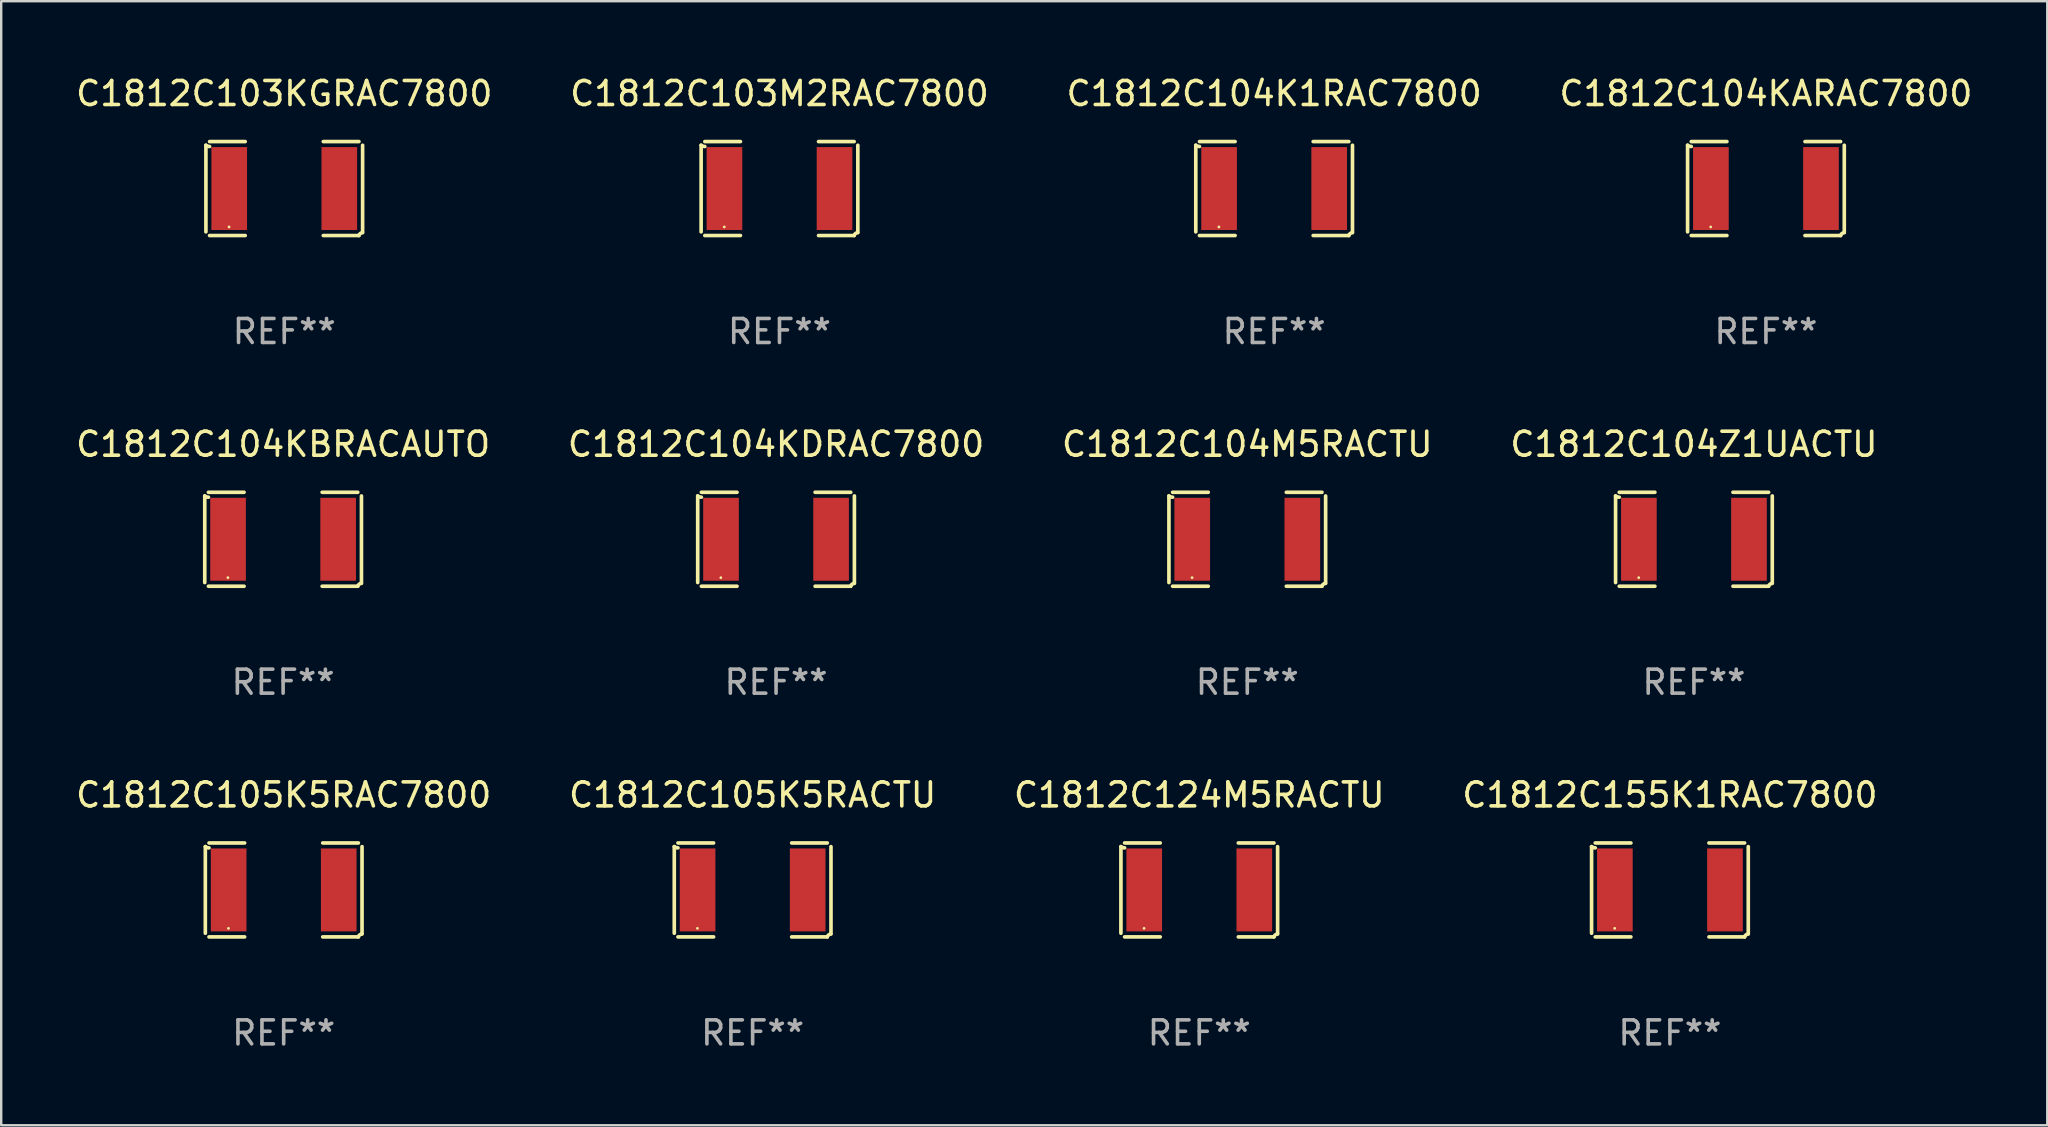
<source format=kicad_pcb>
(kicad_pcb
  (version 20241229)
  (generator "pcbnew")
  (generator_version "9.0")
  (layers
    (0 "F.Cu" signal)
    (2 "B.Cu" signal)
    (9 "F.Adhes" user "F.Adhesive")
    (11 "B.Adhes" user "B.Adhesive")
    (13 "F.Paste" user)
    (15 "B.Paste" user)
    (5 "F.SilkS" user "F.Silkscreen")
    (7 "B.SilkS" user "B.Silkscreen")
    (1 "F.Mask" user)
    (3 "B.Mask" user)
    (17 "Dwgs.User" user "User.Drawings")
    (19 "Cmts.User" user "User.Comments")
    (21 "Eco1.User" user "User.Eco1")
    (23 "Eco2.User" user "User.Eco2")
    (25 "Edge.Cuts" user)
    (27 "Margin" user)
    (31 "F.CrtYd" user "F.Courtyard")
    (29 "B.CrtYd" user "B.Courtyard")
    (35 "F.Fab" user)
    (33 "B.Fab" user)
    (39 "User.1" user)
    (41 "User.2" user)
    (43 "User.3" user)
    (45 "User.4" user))
  (footprint "C1812C104KDRAC7800"
    (layer "F.Cu")
    (at 29.28 19.415)
    (property "Reference" "C1812C104KDRAC7800" (at 0 -3.957 0) (layer "F.SilkS") (effects (font (size 1 1) (thickness 0.15))))
    (attr through_hole)
    (fp_line (start -3.264 1.804) (end -3.264 -1.804) (stroke (width 0.152) (type solid)) (layer "F.SilkS"))
    (fp_line (start -3.111 -1.957) (end -1.626 -1.957) (stroke (width 0.152) (type solid)) (layer "F.SilkS"))
    (fp_line (start -1.626 1.957) (end -3.111 1.957) (stroke (width 0.152) (type solid)) (layer "F.SilkS"))
    (fp_line (start 1.626 1.957) (end 3.111 1.957) (stroke (width 0.152) (type solid)) (layer "F.SilkS"))
    (fp_line (start 3.111 -1.957) (end 1.626 -1.957) (stroke (width 0.152) (type solid)) (layer "F.SilkS"))
    (fp_line (start 3.264 1.804) (end 3.264 -1.804) (stroke (width 0.152) (type solid)) (layer "F.SilkS"))
    (fp_arc (start -3.111202 -1.752192) (mid -3.191715 -1.76555) (end -3.263602 -1.804191) (stroke (width 0.1524) (type solid)) (layer "F.SilkS"))
    (fp_arc (start 3.111201 1.956591) (mid 3.167789 1.872777) (end 3.263602 1.840424) (stroke (width 0.1524) (type solid)) (layer "F.SilkS"))
    (fp_circle (center -2.3 1.6) (end -2.27 1.6) (stroke (width 0.06) (type solid)) (fill no) (layer "F.SilkS"))
    (fp_text user "REF**" (at 0 5.957 0) (layer "F.Fab") (effects (font (size 1 1) (thickness 0.15))))
    (pad "1" smd rect (at -2.293 0) (size 1.485 3.456) (layers "F.Cu" "F.Mask" "F.Paste"))
    (pad "2" smd rect (at 2.293 0) (size 1.485 3.456) (layers "F.Cu" "F.Mask" "F.Paste")))
  (footprint "C1812C155K1RAC7800"
    (layer "F.Cu")
    (at 66.518 34.024)
    (property "Reference" "C1812C155K1RAC7800" (at 0 -3.957 0) (layer "F.SilkS") (effects (font (size 1 1) (thickness 0.15))))
    (attr through_hole)
    (fp_line (start -3.264 1.804) (end -3.264 -1.804) (stroke (width 0.152) (type solid)) (layer "F.SilkS"))
    (fp_line (start -3.111 -1.957) (end -1.626 -1.957) (stroke (width 0.152) (type solid)) (layer "F.SilkS"))
    (fp_line (start -1.626 1.957) (end -3.111 1.957) (stroke (width 0.152) (type solid)) (layer "F.SilkS"))
    (fp_line (start 1.626 1.957) (end 3.111 1.957) (stroke (width 0.152) (type solid)) (layer "F.SilkS"))
    (fp_line (start 3.111 -1.957) (end 1.626 -1.957) (stroke (width 0.152) (type solid)) (layer "F.SilkS"))
    (fp_line (start 3.264 1.804) (end 3.264 -1.804) (stroke (width 0.152) (type solid)) (layer "F.SilkS"))
    (fp_arc (start -3.111202 -1.752192) (mid -3.191715 -1.76555) (end -3.263602 -1.804191) (stroke (width 0.1524) (type solid)) (layer "F.SilkS"))
    (fp_arc (start 3.111201 1.956591) (mid 3.167789 1.872777) (end 3.263602 1.840424) (stroke (width 0.1524) (type solid)) (layer "F.SilkS"))
    (fp_circle (center -2.3 1.6) (end -2.27 1.6) (stroke (width 0.06) (type solid)) (fill no) (layer "F.SilkS"))
    (fp_text user "REF**" (at 0 5.957 0) (layer "F.Fab") (effects (font (size 1 1) (thickness 0.15))))
    (pad "1" smd rect (at -2.293 0) (size 1.485 3.456) (layers "F.Cu" "F.Mask" "F.Paste"))
    (pad "2" smd rect (at 2.293 0) (size 1.485 3.456) (layers "F.Cu" "F.Mask" "F.Paste")))
  (footprint "C1812C104KBRACAUTO"
    (layer "F.Cu")
    (at 8.744 19.415)
    (property "Reference" "C1812C104KBRACAUTO" (at 0 -3.957 0) (layer "F.SilkS") (effects (font (size 1 1) (thickness 0.15))))
    (attr through_hole)
    (fp_line (start -3.264 1.804) (end -3.264 -1.804) (stroke (width 0.152) (type solid)) (layer "F.SilkS"))
    (fp_line (start -3.111 -1.957) (end -1.626 -1.957) (stroke (width 0.152) (type solid)) (layer "F.SilkS"))
    (fp_line (start -1.626 1.957) (end -3.111 1.957) (stroke (width 0.152) (type solid)) (layer "F.SilkS"))
    (fp_line (start 1.626 1.957) (end 3.111 1.957) (stroke (width 0.152) (type solid)) (layer "F.SilkS"))
    (fp_line (start 3.111 -1.957) (end 1.626 -1.957) (stroke (width 0.152) (type solid)) (layer "F.SilkS"))
    (fp_line (start 3.264 1.804) (end 3.264 -1.804) (stroke (width 0.152) (type solid)) (layer "F.SilkS"))
    (fp_arc (start -3.111202 -1.752192) (mid -3.191715 -1.76555) (end -3.263602 -1.804191) (stroke (width 0.1524) (type solid)) (layer "F.SilkS"))
    (fp_arc (start 3.111201 1.956591) (mid 3.167789 1.872777) (end 3.263602 1.840424) (stroke (width 0.1524) (type solid)) (layer "F.SilkS"))
    (fp_circle (center -2.3 1.6) (end -2.27 1.6) (stroke (width 0.06) (type solid)) (fill no) (layer "F.SilkS"))
    (fp_text user "REF**" (at 0 5.957 0) (layer "F.Fab") (effects (font (size 1 1) (thickness 0.15))))
    (pad "1" smd rect (at -2.293 0) (size 1.485 3.456) (layers "F.Cu" "F.Mask" "F.Paste"))
    (pad "2" smd rect (at 2.293 0) (size 1.485 3.456) (layers "F.Cu" "F.Mask" "F.Paste")))
  (footprint "C1812C105K5RACTU"
    (layer "F.Cu")
    (at 28.304 34.024)
    (property "Reference" "C1812C105K5RACTU" (at 0 -3.957 0) (layer "F.SilkS") (effects (font (size 1 1) (thickness 0.15))))
    (attr through_hole)
    (fp_line (start -3.264 1.804) (end -3.264 -1.804) (stroke (width 0.152) (type solid)) (layer "F.SilkS"))
    (fp_line (start -3.111 -1.957) (end -1.626 -1.957) (stroke (width 0.152) (type solid)) (layer "F.SilkS"))
    (fp_line (start -1.626 1.957) (end -3.111 1.957) (stroke (width 0.152) (type solid)) (layer "F.SilkS"))
    (fp_line (start 1.626 1.957) (end 3.111 1.957) (stroke (width 0.152) (type solid)) (layer "F.SilkS"))
    (fp_line (start 3.111 -1.957) (end 1.626 -1.957) (stroke (width 0.152) (type solid)) (layer "F.SilkS"))
    (fp_line (start 3.264 1.804) (end 3.264 -1.804) (stroke (width 0.152) (type solid)) (layer "F.SilkS"))
    (fp_arc (start -3.111202 -1.752192) (mid -3.191715 -1.76555) (end -3.263602 -1.804191) (stroke (width 0.1524) (type solid)) (layer "F.SilkS"))
    (fp_arc (start 3.111201 1.956591) (mid 3.167789 1.872777) (end 3.263602 1.840424) (stroke (width 0.1524) (type solid)) (layer "F.SilkS"))
    (fp_circle (center -2.3 1.6) (end -2.27 1.6) (stroke (width 0.06) (type solid)) (fill no) (layer "F.SilkS"))
    (fp_text user "REF**" (at 0 5.957 0) (layer "F.Fab") (effects (font (size 1 1) (thickness 0.15))))
    (pad "1" smd rect (at -2.293 0) (size 1.485 3.456) (layers "F.Cu" "F.Mask" "F.Paste"))
    (pad "2" smd rect (at 2.293 0) (size 1.485 3.456) (layers "F.Cu" "F.Mask" "F.Paste")))
  (footprint "C1812C103KGRAC7800"
    (layer "F.Cu")
    (at 8.792 4.805)
    (property "Reference" "C1812C103KGRAC7800" (at 0 -3.957 0) (layer "F.SilkS") (effects (font (size 1 1) (thickness 0.15))))
    (attr through_hole)
    (fp_line (start -3.264 1.804) (end -3.264 -1.804) (stroke (width 0.152) (type solid)) (layer "F.SilkS"))
    (fp_line (start -3.111 -1.957) (end -1.626 -1.957) (stroke (width 0.152) (type solid)) (layer "F.SilkS"))
    (fp_line (start -1.626 1.957) (end -3.111 1.957) (stroke (width 0.152) (type solid)) (layer "F.SilkS"))
    (fp_line (start 1.626 1.957) (end 3.111 1.957) (stroke (width 0.152) (type solid)) (layer "F.SilkS"))
    (fp_line (start 3.111 -1.957) (end 1.626 -1.957) (stroke (width 0.152) (type solid)) (layer "F.SilkS"))
    (fp_line (start 3.264 1.804) (end 3.264 -1.804) (stroke (width 0.152) (type solid)) (layer "F.SilkS"))
    (fp_arc (start -3.111202 -1.752192) (mid -3.191715 -1.76555) (end -3.263602 -1.804191) (stroke (width 0.1524) (type solid)) (layer "F.SilkS"))
    (fp_arc (start 3.111201 1.956591) (mid 3.167789 1.872777) (end 3.263602 1.840424) (stroke (width 0.1524) (type solid)) (layer "F.SilkS"))
    (fp_circle (center -2.3 1.6) (end -2.27 1.6) (stroke (width 0.06) (type solid)) (fill no) (layer "F.SilkS"))
    (fp_text user "REF**" (at 0 5.957 0) (layer "F.Fab") (effects (font (size 1 1) (thickness 0.15))))
    (pad "1" smd rect (at -2.293 0) (size 1.485 3.456) (layers "F.Cu" "F.Mask" "F.Paste"))
    (pad "2" smd rect (at 2.293 0) (size 1.485 3.456) (layers "F.Cu" "F.Mask" "F.Paste")))
  (footprint "C1812C104K1RAC7800"
    (layer "F.Cu")
    (at 50.03 4.805)
    (property "Reference" "C1812C104K1RAC7800" (at 0 -3.957 0) (layer "F.SilkS") (effects (font (size 1 1) (thickness 0.15))))
    (attr through_hole)
    (fp_line (start -3.264 1.804) (end -3.264 -1.804) (stroke (width 0.152) (type solid)) (layer "F.SilkS"))
    (fp_line (start -3.111 -1.957) (end -1.626 -1.957) (stroke (width 0.152) (type solid)) (layer "F.SilkS"))
    (fp_line (start -1.626 1.957) (end -3.111 1.957) (stroke (width 0.152) (type solid)) (layer "F.SilkS"))
    (fp_line (start 1.626 1.957) (end 3.111 1.957) (stroke (width 0.152) (type solid)) (layer "F.SilkS"))
    (fp_line (start 3.111 -1.957) (end 1.626 -1.957) (stroke (width 0.152) (type solid)) (layer "F.SilkS"))
    (fp_line (start 3.264 1.804) (end 3.264 -1.804) (stroke (width 0.152) (type solid)) (layer "F.SilkS"))
    (fp_arc (start -3.111202 -1.752192) (mid -3.191715 -1.76555) (end -3.263602 -1.804191) (stroke (width 0.1524) (type solid)) (layer "F.SilkS"))
    (fp_arc (start 3.111201 1.956591) (mid 3.167789 1.872777) (end 3.263602 1.840424) (stroke (width 0.1524) (type solid)) (layer "F.SilkS"))
    (fp_circle (center -2.3 1.6) (end -2.27 1.6) (stroke (width 0.06) (type solid)) (fill no) (layer "F.SilkS"))
    (fp_text user "REF**" (at 0 5.957 0) (layer "F.Fab") (effects (font (size 1 1) (thickness 0.15))))
    (pad "1" smd rect (at -2.293 0) (size 1.485 3.456) (layers "F.Cu" "F.Mask" "F.Paste"))
    (pad "2" smd rect (at 2.293 0) (size 1.485 3.456) (layers "F.Cu" "F.Mask" "F.Paste")))
  (footprint "C1812C104Z1UACTU"
    (layer "F.Cu")
    (at 67.518 19.415)
    (property "Reference" "C1812C104Z1UACTU" (at 0 -3.957 0) (layer "F.SilkS") (effects (font (size 1 1) (thickness 0.15))))
    (attr through_hole)
    (fp_line (start -3.264 1.804) (end -3.264 -1.804) (stroke (width 0.152) (type solid)) (layer "F.SilkS"))
    (fp_line (start -3.111 -1.957) (end -1.626 -1.957) (stroke (width 0.152) (type solid)) (layer "F.SilkS"))
    (fp_line (start -1.626 1.957) (end -3.111 1.957) (stroke (width 0.152) (type solid)) (layer "F.SilkS"))
    (fp_line (start 1.626 1.957) (end 3.111 1.957) (stroke (width 0.152) (type solid)) (layer "F.SilkS"))
    (fp_line (start 3.111 -1.957) (end 1.626 -1.957) (stroke (width 0.152) (type solid)) (layer "F.SilkS"))
    (fp_line (start 3.264 1.804) (end 3.264 -1.804) (stroke (width 0.152) (type solid)) (layer "F.SilkS"))
    (fp_arc (start -3.111202 -1.752192) (mid -3.191715 -1.76555) (end -3.263602 -1.804191) (stroke (width 0.1524) (type solid)) (layer "F.SilkS"))
    (fp_arc (start 3.111201 1.956591) (mid 3.167789 1.872777) (end 3.263602 1.840424) (stroke (width 0.1524) (type solid)) (layer "F.SilkS"))
    (fp_circle (center -2.3 1.6) (end -2.27 1.6) (stroke (width 0.06) (type solid)) (fill no) (layer "F.SilkS"))
    (fp_text user "REF**" (at 0 5.957 0) (layer "F.Fab") (effects (font (size 1 1) (thickness 0.15))))
    (pad "1" smd rect (at -2.293 0) (size 1.485 3.456) (layers "F.Cu" "F.Mask" "F.Paste"))
    (pad "2" smd rect (at 2.293 0) (size 1.485 3.456) (layers "F.Cu" "F.Mask" "F.Paste")))
  (footprint "C1812C104KARAC7800"
    (layer "F.Cu")
    (at 70.518 4.805)
    (property "Reference" "C1812C104KARAC7800" (at 0 -3.957 0) (layer "F.SilkS") (effects (font (size 1 1) (thickness 0.15))))
    (attr through_hole)
    (fp_line (start -3.264 1.804) (end -3.264 -1.804) (stroke (width 0.152) (type solid)) (layer "F.SilkS"))
    (fp_line (start -3.111 -1.957) (end -1.626 -1.957) (stroke (width 0.152) (type solid)) (layer "F.SilkS"))
    (fp_line (start -1.626 1.957) (end -3.111 1.957) (stroke (width 0.152) (type solid)) (layer "F.SilkS"))
    (fp_line (start 1.626 1.957) (end 3.111 1.957) (stroke (width 0.152) (type solid)) (layer "F.SilkS"))
    (fp_line (start 3.111 -1.957) (end 1.626 -1.957) (stroke (width 0.152) (type solid)) (layer "F.SilkS"))
    (fp_line (start 3.264 1.804) (end 3.264 -1.804) (stroke (width 0.152) (type solid)) (layer "F.SilkS"))
    (fp_arc (start -3.111202 -1.752192) (mid -3.191715 -1.76555) (end -3.263602 -1.804191) (stroke (width 0.1524) (type solid)) (layer "F.SilkS"))
    (fp_arc (start 3.111201 1.956591) (mid 3.167789 1.872777) (end 3.263602 1.840424) (stroke (width 0.1524) (type solid)) (layer "F.SilkS"))
    (fp_circle (center -2.3 1.6) (end -2.27 1.6) (stroke (width 0.06) (type solid)) (fill no) (layer "F.SilkS"))
    (fp_text user "REF**" (at 0 5.957 0) (layer "F.Fab") (effects (font (size 1 1) (thickness 0.15))))
    (pad "1" smd rect (at -2.293 0) (size 1.485 3.456) (layers "F.Cu" "F.Mask" "F.Paste"))
    (pad "2" smd rect (at 2.293 0) (size 1.485 3.456) (layers "F.Cu" "F.Mask" "F.Paste")))
  (footprint "C1812C103M2RAC7800"
    (layer "F.Cu")
    (at 29.423 4.805)
    (property "Reference" "C1812C103M2RAC7800" (at 0 -3.957 0) (layer "F.SilkS") (effects (font (size 1 1) (thickness 0.15))))
    (attr through_hole)
    (fp_line (start -3.264 1.804) (end -3.264 -1.804) (stroke (width 0.152) (type solid)) (layer "F.SilkS"))
    (fp_line (start -3.111 -1.957) (end -1.626 -1.957) (stroke (width 0.152) (type solid)) (layer "F.SilkS"))
    (fp_line (start -1.626 1.957) (end -3.111 1.957) (stroke (width 0.152) (type solid)) (layer "F.SilkS"))
    (fp_line (start 1.626 1.957) (end 3.111 1.957) (stroke (width 0.152) (type solid)) (layer "F.SilkS"))
    (fp_line (start 3.111 -1.957) (end 1.626 -1.957) (stroke (width 0.152) (type solid)) (layer "F.SilkS"))
    (fp_line (start 3.264 1.804) (end 3.264 -1.804) (stroke (width 0.152) (type solid)) (layer "F.SilkS"))
    (fp_arc (start -3.111202 -1.752192) (mid -3.191715 -1.76555) (end -3.263602 -1.804191) (stroke (width 0.1524) (type solid)) (layer "F.SilkS"))
    (fp_arc (start 3.111201 1.956591) (mid 3.167789 1.872777) (end 3.263602 1.840424) (stroke (width 0.1524) (type solid)) (layer "F.SilkS"))
    (fp_circle (center -2.3 1.6) (end -2.27 1.6) (stroke (width 0.06) (type solid)) (fill no) (layer "F.SilkS"))
    (fp_text user "REF**" (at 0 5.957 0) (layer "F.Fab") (effects (font (size 1 1) (thickness 0.15))))
    (pad "1" smd rect (at -2.293 0) (size 1.485 3.456) (layers "F.Cu" "F.Mask" "F.Paste"))
    (pad "2" smd rect (at 2.293 0) (size 1.485 3.456) (layers "F.Cu" "F.Mask" "F.Paste")))
  (footprint "C1812C105K5RAC7800"
    (layer "F.Cu")
    (at 8.768 34.024)
    (property "Reference" "C1812C105K5RAC7800" (at 0 -3.957 0) (layer "F.SilkS") (effects (font (size 1 1) (thickness 0.15))))
    (attr through_hole)
    (fp_line (start -3.264 1.804) (end -3.264 -1.804) (stroke (width 0.152) (type solid)) (layer "F.SilkS"))
    (fp_line (start -3.111 -1.957) (end -1.626 -1.957) (stroke (width 0.152) (type solid)) (layer "F.SilkS"))
    (fp_line (start -1.626 1.957) (end -3.111 1.957) (stroke (width 0.152) (type solid)) (layer "F.SilkS"))
    (fp_line (start 1.626 1.957) (end 3.111 1.957) (stroke (width 0.152) (type solid)) (layer "F.SilkS"))
    (fp_line (start 3.111 -1.957) (end 1.626 -1.957) (stroke (width 0.152) (type solid)) (layer "F.SilkS"))
    (fp_line (start 3.264 1.804) (end 3.264 -1.804) (stroke (width 0.152) (type solid)) (layer "F.SilkS"))
    (fp_arc (start -3.111202 -1.752192) (mid -3.191715 -1.76555) (end -3.263602 -1.804191) (stroke (width 0.1524) (type solid)) (layer "F.SilkS"))
    (fp_arc (start 3.111201 1.956591) (mid 3.167789 1.872777) (end 3.263602 1.840424) (stroke (width 0.1524) (type solid)) (layer "F.SilkS"))
    (fp_circle (center -2.3 1.6) (end -2.27 1.6) (stroke (width 0.06) (type solid)) (fill no) (layer "F.SilkS"))
    (fp_text user "REF**" (at 0 5.957 0) (layer "F.Fab") (effects (font (size 1 1) (thickness 0.15))))
    (pad "1" smd rect (at -2.293 0) (size 1.485 3.456) (layers "F.Cu" "F.Mask" "F.Paste"))
    (pad "2" smd rect (at 2.293 0) (size 1.485 3.456) (layers "F.Cu" "F.Mask" "F.Paste")))
  (footprint "C1812C124M5RACTU"
    (layer "F.Cu")
    (at 46.911 34.024)
    (property "Reference" "C1812C124M5RACTU" (at 0 -3.957 0) (layer "F.SilkS") (effects (font (size 1 1) (thickness 0.15))))
    (attr through_hole)
    (fp_line (start -3.264 1.804) (end -3.264 -1.804) (stroke (width 0.152) (type solid)) (layer "F.SilkS"))
    (fp_line (start -3.111 -1.957) (end -1.626 -1.957) (stroke (width 0.152) (type solid)) (layer "F.SilkS"))
    (fp_line (start -1.626 1.957) (end -3.111 1.957) (stroke (width 0.152) (type solid)) (layer "F.SilkS"))
    (fp_line (start 1.626 1.957) (end 3.111 1.957) (stroke (width 0.152) (type solid)) (layer "F.SilkS"))
    (fp_line (start 3.111 -1.957) (end 1.626 -1.957) (stroke (width 0.152) (type solid)) (layer "F.SilkS"))
    (fp_line (start 3.264 1.804) (end 3.264 -1.804) (stroke (width 0.152) (type solid)) (layer "F.SilkS"))
    (fp_arc (start -3.111202 -1.752192) (mid -3.191715 -1.76555) (end -3.263602 -1.804191) (stroke (width 0.1524) (type solid)) (layer "F.SilkS"))
    (fp_arc (start 3.111201 1.956591) (mid 3.167789 1.872777) (end 3.263602 1.840424) (stroke (width 0.1524) (type solid)) (layer "F.SilkS"))
    (fp_circle (center -2.3 1.6) (end -2.27 1.6) (stroke (width 0.06) (type solid)) (fill no) (layer "F.SilkS"))
    (fp_text user "REF**" (at 0 5.957 0) (layer "F.Fab") (effects (font (size 1 1) (thickness 0.15))))
    (pad "1" smd rect (at -2.293 0) (size 1.485 3.456) (layers "F.Cu" "F.Mask" "F.Paste"))
    (pad "2" smd rect (at 2.293 0) (size 1.485 3.456) (layers "F.Cu" "F.Mask" "F.Paste")))
  (footprint "C1812C104M5RACTU"
    (layer "F.Cu")
    (at 48.911 19.415)
    (property "Reference" "C1812C104M5RACTU" (at 0 -3.957 0) (layer "F.SilkS") (effects (font (size 1 1) (thickness 0.15))))
    (attr through_hole)
    (fp_line (start -3.264 1.804) (end -3.264 -1.804) (stroke (width 0.152) (type solid)) (layer "F.SilkS"))
    (fp_line (start -3.111 -1.957) (end -1.626 -1.957) (stroke (width 0.152) (type solid)) (layer "F.SilkS"))
    (fp_line (start -1.626 1.957) (end -3.111 1.957) (stroke (width 0.152) (type solid)) (layer "F.SilkS"))
    (fp_line (start 1.626 1.957) (end 3.111 1.957) (stroke (width 0.152) (type solid)) (layer "F.SilkS"))
    (fp_line (start 3.111 -1.957) (end 1.626 -1.957) (stroke (width 0.152) (type solid)) (layer "F.SilkS"))
    (fp_line (start 3.264 1.804) (end 3.264 -1.804) (stroke (width 0.152) (type solid)) (layer "F.SilkS"))
    (fp_arc (start -3.111202 -1.752192) (mid -3.191715 -1.76555) (end -3.263602 -1.804191) (stroke (width 0.1524) (type solid)) (layer "F.SilkS"))
    (fp_arc (start 3.111201 1.956591) (mid 3.167789 1.872777) (end 3.263602 1.840424) (stroke (width 0.1524) (type solid)) (layer "F.SilkS"))
    (fp_circle (center -2.3 1.6) (end -2.27 1.6) (stroke (width 0.06) (type solid)) (fill no) (layer "F.SilkS"))
    (fp_text user "REF**" (at 0 5.957 0) (layer "F.Fab") (effects (font (size 1 1) (thickness 0.15))))
    (pad "1" smd rect (at -2.293 0) (size 1.485 3.456) (layers "F.Cu" "F.Mask" "F.Paste"))
    (pad "2" smd rect (at 2.293 0) (size 1.485 3.456) (layers "F.Cu" "F.Mask" "F.Paste")))
  (gr_rect
    (start -3 -3)
    (end 82.238 43.829)
    (stroke (width 0.1) (type default))
    (fill no)
    (layer "Edge.Cuts")))
</source>
